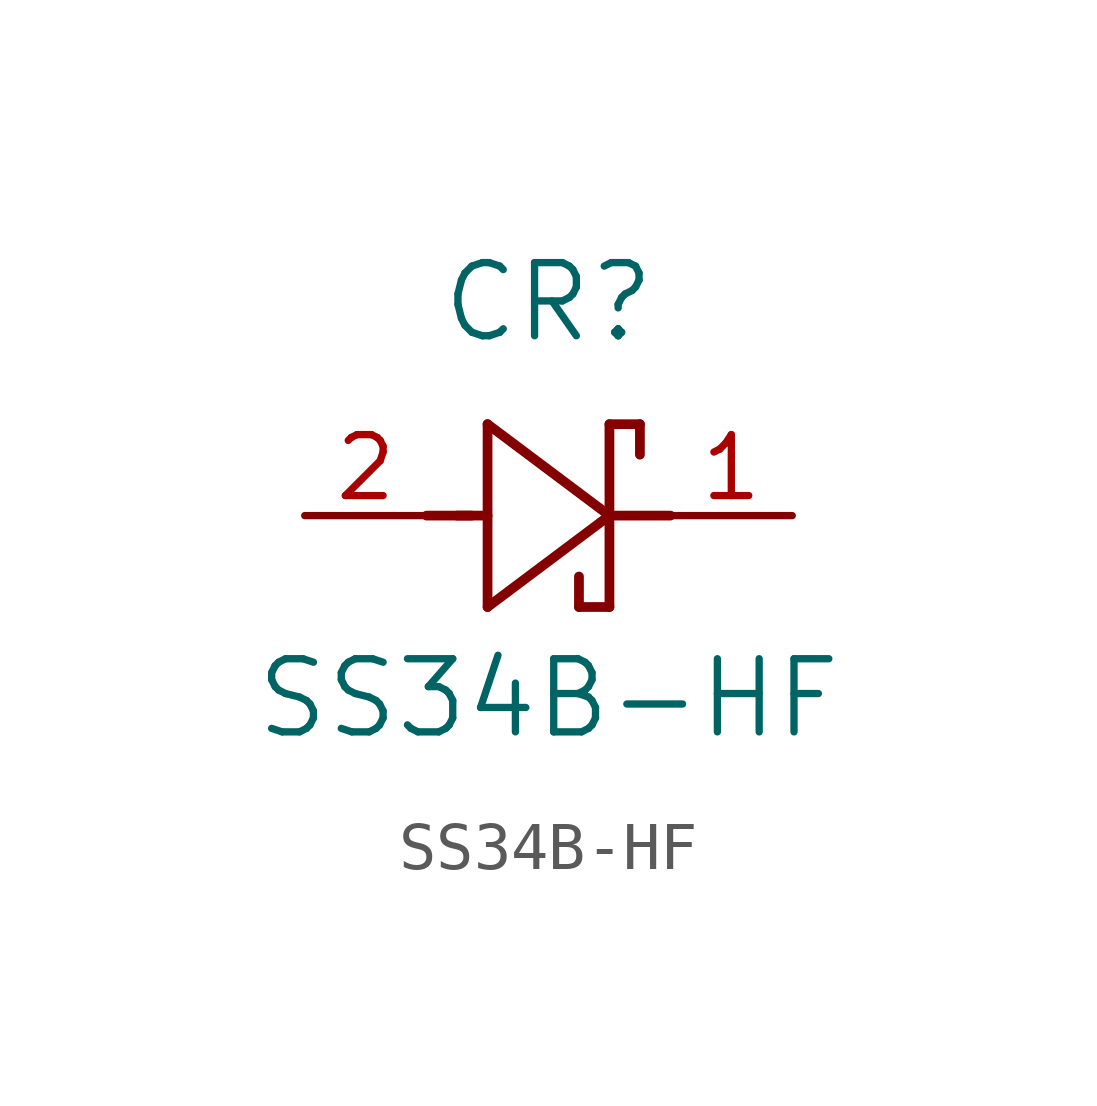
<source format=kicad_sym>
(kicad_symbol_lib
  (version 20211014)
  (generator kicad_symbol_editor)
  (symbol "SS34B-HF"
    (pin_names
      (offset 0.254))
    (property "Reference" "CR"
      (at 5.08 4.445 0)
      (effects (font (size 1.524 1.524))))
    (property "Value" "SS34B-HF"
      (at 5.08 -3.81 0)
      (effects (font (size 1.524 1.524))))
    (symbol "SS34B-HF_0_1"
      (polyline (pts (xy 2.54 0) (xy 3.48 0)) (stroke (width 0.203) (type default) (color 0 0 0 0)) (fill (type none)))
      (polyline (pts (xy 3.175 0) (xy 3.81 0)) (stroke (width 0.203) (type default) (color 0 0 0 0)) (fill (type none)))
      (polyline (pts (xy 3.81 -1.905) (xy 6.35 0)) (stroke (width 0.203) (type default) (color 0 0 0 0)) (fill (type none)))
      (polyline (pts (xy 6.35 -1.905) (xy 5.715 -1.905)) (stroke (width 0.203) (type default) (color 0 0 0 0)) (fill (type none)))
      (polyline (pts (xy 6.35 1.905) (xy 6.985 1.905)) (stroke (width 0.203) (type default) (color 0 0 0 0)) (fill (type none)))
      (polyline (pts (xy 3.81 1.905) (xy 3.81 -1.905)) (stroke (width 0.203) (type default) (color 0 0 0 0)) (fill (type none)))
      (polyline (pts (xy 6.35 -1.905) (xy 6.35 1.905)) (stroke (width 0.203) (type default) (color 0 0 0 0)) (fill (type none)))
      (polyline (pts (xy 6.35 0) (xy 3.81 1.905)) (stroke (width 0.203) (type default) (color 0 0 0 0)) (fill (type none)))
      (polyline (pts (xy 6.35 0) (xy 7.62 0)) (stroke (width 0.203) (type default) (color 0 0 0 0)) (fill (type none)))
      (polyline (pts (xy 6.985 1.905) (xy 6.985 1.27)) (stroke (width 0.203) (type default) (color 0 0 0 0)) (fill (type none)))
      (polyline (pts (xy 5.715 -1.905) (xy 5.715 -1.27)) (stroke (width 0.203) (type default) (color 0 0 0 0)) (fill (type none)))
      (pin unspecified line (at 0 0 0) (length 2.54) (name "" (effects (font (size 1.27 1.27)))) (number "2" (effects (font (size 1.27 1.27)))))
      (pin unspecified line (at 10.16 0 180) (length 2.54) (name "" (effects (font (size 1.27 1.27)))) (number "1" (effects (font (size 1.27 1.27))))))))
</source>
